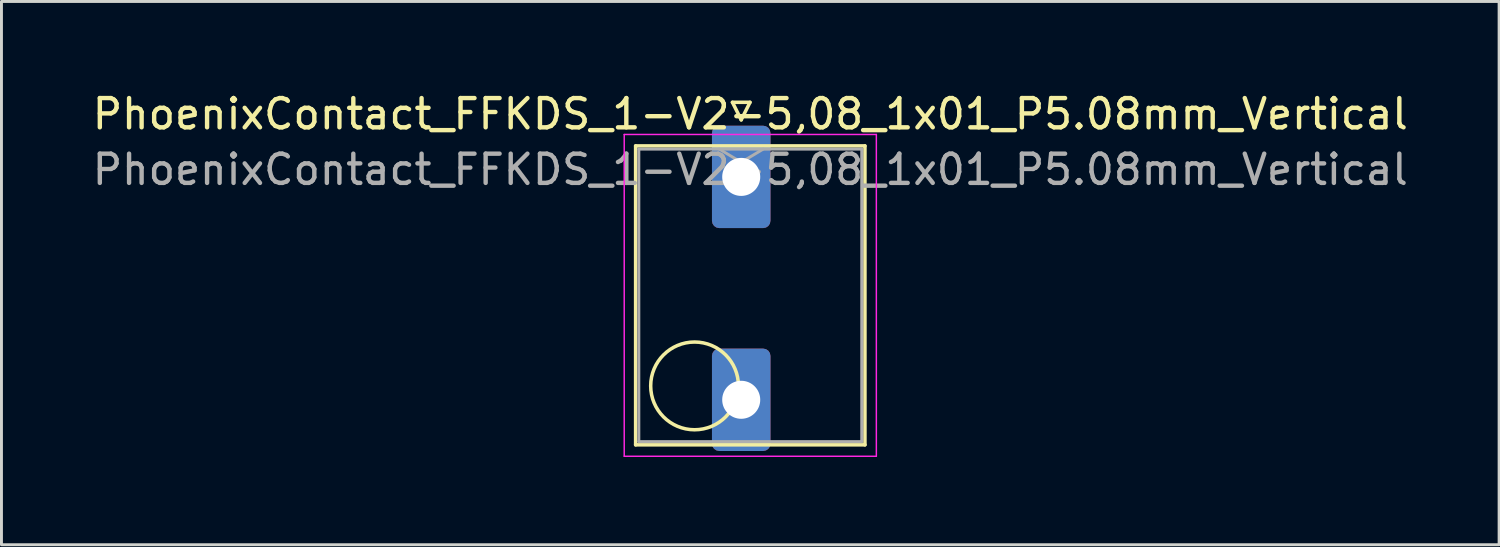
<source format=kicad_pcb>
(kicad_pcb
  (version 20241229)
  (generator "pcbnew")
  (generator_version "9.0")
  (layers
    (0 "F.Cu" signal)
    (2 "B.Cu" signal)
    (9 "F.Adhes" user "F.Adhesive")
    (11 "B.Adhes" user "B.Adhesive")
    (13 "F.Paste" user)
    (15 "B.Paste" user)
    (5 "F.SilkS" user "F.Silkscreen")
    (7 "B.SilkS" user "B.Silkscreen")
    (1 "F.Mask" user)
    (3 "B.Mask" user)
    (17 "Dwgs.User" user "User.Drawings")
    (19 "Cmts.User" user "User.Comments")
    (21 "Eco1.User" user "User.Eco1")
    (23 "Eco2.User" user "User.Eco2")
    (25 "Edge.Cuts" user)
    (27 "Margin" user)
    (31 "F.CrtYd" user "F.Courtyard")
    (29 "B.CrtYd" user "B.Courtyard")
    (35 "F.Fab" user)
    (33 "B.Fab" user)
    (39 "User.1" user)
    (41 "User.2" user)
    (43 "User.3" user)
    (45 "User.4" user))
  (footprint "PhoenixContact_FFKDS_1-V2-5,08_1x01_P5.08mm_Vertical"
    (layer "F.Cu")
    (at 22.291 2.998)
    (property "Reference" "PhoenixContact_FFKDS_1-V2-5,08_1x01_P5.08mm_Vertical" (at 0.31 -2.15 0) (layer "F.SilkS") (effects (font (size 1 1) (thickness 0.15))))
    (attr through_hole)
    (fp_line (start -3.61 -1.06) (end -3.61 9.16) (stroke (width 0.12) (type solid)) (layer "F.SilkS"))
    (fp_line (start -3.61 9.16) (end 4.23 9.16) (stroke (width 0.12) (type solid)) (layer "F.SilkS"))
    (fp_line (start -0.3 -2.55) (end 0.3 -2.55) (stroke (width 0.12) (type solid)) (layer "F.SilkS"))
    (fp_line (start 0 -1.95) (end -0.3 -2.55) (stroke (width 0.12) (type solid)) (layer "F.SilkS"))
    (fp_line (start 0.3 -2.55) (end 0 -1.95) (stroke (width 0.12) (type solid)) (layer "F.SilkS"))
    (fp_line (start 4.23 -1.06) (end -3.61 -1.06) (stroke (width 0.12) (type solid)) (layer "F.SilkS"))
    (fp_line (start 4.23 9.16) (end 4.23 -1.06) (stroke (width 0.12) (type solid)) (layer "F.SilkS"))
    (fp_circle (center -1.595 7.145) (end -0.095 7.145) (stroke (width 0.12) (type solid)) (fill no) (layer "F.SilkS"))
    (fp_line (start -4 -1.45) (end -4 9.55) (stroke (width 0.05) (type solid)) (layer "F.CrtYd"))
    (fp_line (start -4 9.55) (end 4.62 9.55) (stroke (width 0.05) (type solid)) (layer "F.CrtYd"))
    (fp_line (start 4.62 -1.45) (end -4 -1.45) (stroke (width 0.05) (type solid)) (layer "F.CrtYd"))
    (fp_line (start 4.62 9.55) (end 4.62 -1.45) (stroke (width 0.05) (type solid)) (layer "F.CrtYd"))
    (fp_line (start -3.5 -0.95) (end -3.5 9.05) (stroke (width 0.1) (type solid)) (layer "F.Fab"))
    (fp_line (start -3.5 9.05) (end 4.12 9.05) (stroke (width 0.1) (type solid)) (layer "F.Fab"))
    (fp_line (start 0 -0.5) (end -0.75 -0.95) (stroke (width 0.1) (type solid)) (layer "F.Fab"))
    (fp_line (start 0.75 -0.95) (end 0 -0.5) (stroke (width 0.1) (type solid)) (layer "F.Fab"))
    (fp_line (start 4.12 -0.95) (end -3.5 -0.95) (stroke (width 0.1) (type solid)) (layer "F.Fab"))
    (fp_line (start 4.12 9.05) (end 4.12 -0.95) (stroke (width 0.1) (type solid)) (layer "F.Fab"))
    (fp_text user "${REFERENCE}" (at 0.31 -0.25 0) (layer "F.Fab") (effects (font (size 1 1) (thickness 0.15))))
    (pad "1" thru_hole roundrect (at 0 0) (size 2 3.5) (drill 1.3) (layers "*.Cu" "*.Mask") (roundrect_rratio 0.125))
    (pad "1" thru_hole roundrect (at 0 7.62) (size 2 3.5) (drill 1.3) (layers "*.Cu" "*.Mask") (roundrect_rratio 0.125)))
  (gr_rect
    (start -3 -3)
    (end 48.202 15.573)
    (stroke (width 0.1) (type default))
    (fill no)
    (layer "Edge.Cuts")))
</source>
